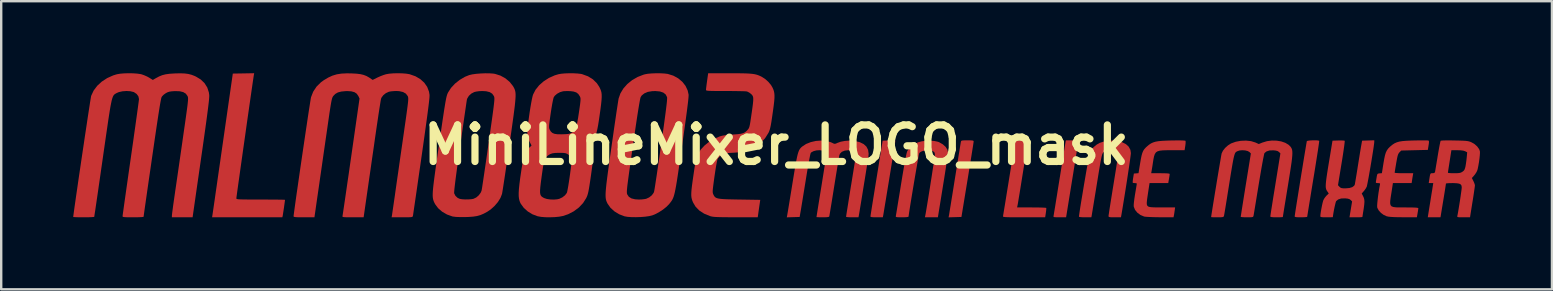
<source format=kicad_pcb>
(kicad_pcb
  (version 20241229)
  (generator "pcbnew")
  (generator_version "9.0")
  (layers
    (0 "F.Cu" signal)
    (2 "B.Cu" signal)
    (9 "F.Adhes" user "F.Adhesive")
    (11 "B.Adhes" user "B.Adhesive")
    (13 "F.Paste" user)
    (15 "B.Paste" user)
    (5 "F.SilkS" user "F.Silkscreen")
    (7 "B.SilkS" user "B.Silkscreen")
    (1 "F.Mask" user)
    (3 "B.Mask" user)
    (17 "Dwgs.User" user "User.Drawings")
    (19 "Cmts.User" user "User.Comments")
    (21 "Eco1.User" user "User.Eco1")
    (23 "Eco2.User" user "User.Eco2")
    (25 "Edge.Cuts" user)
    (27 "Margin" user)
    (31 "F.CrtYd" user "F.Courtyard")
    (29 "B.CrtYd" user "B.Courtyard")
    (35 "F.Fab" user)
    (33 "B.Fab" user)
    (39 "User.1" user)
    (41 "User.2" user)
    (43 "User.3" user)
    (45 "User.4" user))
  (footprint "MiniLineMixer_LOGO_mask"
    (layer "F.Cu")
    (at 29.291 2.988)
    (property "Reference" "MiniLineMixer_LOGO_mask" (at 0 0 0) (layer "F.SilkS") (effects (font (size 1.524 1.524) (thickness 0.3))))
    (attr board_only exclude_from_pos_files exclude_from_bom)
    (fp_poly (pts (xy 4.896 -0.187) (xy 4.949 -0.183) (xy 4.959 -0.179) (xy 4.955 -0.149) (xy 4.943 -0.071) (xy 4.924 0.05) (xy 4.898 0.206) (xy 4.868 0.394) (xy 4.834 0.606) (xy 4.796 0.837) (xy 4.757 1.081) (xy 4.716 1.332) (xy 4.675 1.584) (xy 4.634 1.831) (xy 4.595 2.067) (xy 4.559 2.288) (xy 4.526 2.485) (xy 4.498 2.655) (xy 4.476 2.79) (xy 4.46 2.885) (xy 4.451 2.935) (xy 4.45 2.939) (xy 4.434 3.014) (xy 4.176 3.014) (xy 4.046 3.012) (xy 3.965 3.005) (xy 3.925 2.991) (xy 3.919 2.98) (xy 3.924 2.947) (xy 3.936 2.865) (xy 3.956 2.739) (xy 3.982 2.574) (xy 4.014 2.374) (xy 4.051 2.144) (xy 4.092 1.89) (xy 4.136 1.616) (xy 4.174 1.384) (xy 4.427 -0.178) (xy 4.693 -0.186) (xy 4.807 -0.188)) (stroke (width 0) (type solid)) (fill yes) (layer "F.Cu"))
    (fp_poly (pts (xy 12.449 -0.189) (xy 12.531 -0.182) (xy 12.571 -0.169) (xy 12.577 -0.158) (xy 12.573 -0.125) (xy 12.561 -0.043) (xy 12.542 0.083) (xy 12.516 0.249) (xy 12.484 0.449) (xy 12.448 0.678) (xy 12.407 0.933) (xy 12.363 1.207) (xy 12.324 1.445) (xy 12.07 3.014) (xy 11.802 3.014) (xy 11.68 3.013) (xy 11.602 3.01) (xy 11.561 3.003) (xy 11.545 2.988) (xy 11.546 2.963) (xy 11.548 2.952) (xy 11.555 2.914) (xy 11.569 2.827) (xy 11.591 2.696) (xy 11.619 2.527) (xy 11.651 2.325) (xy 11.689 2.094) (xy 11.729 1.84) (xy 11.773 1.569) (xy 11.796 1.425) (xy 11.841 1.146) (xy 11.883 0.882) (xy 11.922 0.637) (xy 11.958 0.418) (xy 11.988 0.229) (xy 12.013 0.076) (xy 12.032 -0.036) (xy 12.043 -0.102) (xy 12.045 -0.116) (xy 12.06 -0.192) (xy 12.319 -0.192)) (stroke (width 0) (type solid)) (fill yes) (layer "F.Cu"))
    (fp_poly (pts (xy 8.082 -0.191) (xy 8.159 -0.186) (xy 8.2 -0.177) (xy 8.217 -0.16) (xy 8.219 -0.144) (xy 8.214 -0.109) (xy 8.202 -0.024) (xy 8.182 0.104) (xy 8.155 0.272) (xy 8.123 0.473) (xy 8.086 0.704) (xy 8.044 0.959) (xy 8 1.233) (xy 7.964 1.452) (xy 7.71 3) (xy 7.442 3.008) (xy 7.174 3.016) (xy 7.189 2.94) (xy 7.197 2.899) (xy 7.211 2.809) (xy 7.233 2.675) (xy 7.261 2.504) (xy 7.294 2.299) (xy 7.332 2.066) (xy 7.373 1.811) (xy 7.416 1.539) (xy 7.439 1.397) (xy 7.484 1.119) (xy 7.526 0.856) (xy 7.565 0.613) (xy 7.6 0.395) (xy 7.631 0.208) (xy 7.655 0.057) (xy 7.674 -0.053) (xy 7.684 -0.117) (xy 7.687 -0.13) (xy 7.696 -0.159) (xy 7.717 -0.177) (xy 7.759 -0.187) (xy 7.834 -0.191) (xy 7.952 -0.192) (xy 7.96 -0.192)) (stroke (width 0) (type solid)) (fill yes) (layer "F.Cu"))
    (fp_poly (pts (xy 22.495 -0.192) (xy 22.572 -0.185) (xy 22.612 -0.174) (xy 22.614 -0.171) (xy 22.612 -0.141) (xy 22.602 -0.062) (xy 22.584 0.062) (xy 22.56 0.225) (xy 22.529 0.423) (xy 22.493 0.65) (xy 22.453 0.903) (xy 22.409 1.176) (xy 22.37 1.411) (xy 22.323 1.697) (xy 22.279 1.966) (xy 22.239 2.215) (xy 22.202 2.438) (xy 22.171 2.63) (xy 22.146 2.786) (xy 22.127 2.902) (xy 22.116 2.973) (xy 22.113 2.993) (xy 22.087 3.002) (xy 22.018 3.009) (xy 21.919 3.013) (xy 21.852 3.014) (xy 21.724 3.012) (xy 21.644 3.006) (xy 21.602 2.994) (xy 21.591 2.977) (xy 21.596 2.943) (xy 21.608 2.861) (xy 21.627 2.736) (xy 21.652 2.575) (xy 21.682 2.385) (xy 21.717 2.169) (xy 21.754 1.936) (xy 21.794 1.689) (xy 21.834 1.437) (xy 21.875 1.183) (xy 21.916 0.935) (xy 21.954 0.699) (xy 21.99 0.479) (xy 22.023 0.282) (xy 22.051 0.115) (xy 22.073 -0.018) (xy 22.089 -0.11) (xy 22.097 -0.154) (xy 22.098 -0.158) (xy 22.129 -0.172) (xy 22.199 -0.183) (xy 22.293 -0.19) (xy 22.397 -0.193)) (stroke (width 0) (type solid)) (fill yes) (layer "F.Cu"))
    (fp_poly (pts (xy -21.769 -2.898) (xy -21.777 -2.848) (xy -21.791 -2.751) (xy -21.812 -2.609) (xy -21.838 -2.429) (xy -21.869 -2.215) (xy -21.904 -1.971) (xy -21.943 -1.702) (xy -21.984 -1.413) (xy -22.028 -1.108) (xy -22.073 -0.792) (xy -22.118 -0.469) (xy -22.164 -0.145) (xy -22.21 0.176) (xy -22.254 0.491) (xy -22.297 0.793) (xy -22.337 1.078) (xy -22.374 1.343) (xy -22.408 1.581) (xy -22.437 1.789) (xy -22.461 1.962) (xy -22.479 2.095) (xy -22.491 2.184) (xy -22.495 2.224) (xy -22.496 2.225) (xy -22.493 2.238) (xy -22.481 2.248) (xy -22.456 2.256) (xy -22.411 2.263) (xy -22.342 2.267) (xy -22.243 2.27) (xy -22.11 2.272) (xy -21.937 2.274) (xy -21.719 2.274) (xy -21.482 2.274) (xy -21.252 2.275) (xy -21.041 2.276) (xy -20.854 2.277) (xy -20.697 2.279) (xy -20.576 2.281) (xy -20.498 2.284) (xy -20.468 2.287) (xy -20.468 2.287) (xy -20.472 2.323) (xy -20.482 2.399) (xy -20.497 2.503) (xy -20.513 2.62) (xy -20.531 2.737) (xy -20.547 2.841) (xy -20.559 2.919) (xy -20.565 2.952) (xy -20.579 3.014) (xy -23.506 3.014) (xy -23.492 2.925) (xy -23.486 2.886) (xy -23.473 2.797) (xy -23.453 2.661) (xy -23.427 2.481) (xy -23.395 2.262) (xy -23.359 2.007) (xy -23.317 1.719) (xy -23.272 1.403) (xy -23.223 1.062) (xy -23.17 0.699) (xy -23.116 0.319) (xy -23.06 -0.069) (xy -22.643 -2.973) (xy -22.198 -2.98) (xy -21.753 -2.988)) (stroke (width 0) (type solid)) (fill yes) (layer "F.Cu"))
    (fp_poly (pts (xy 10.338 -0.191) (xy 10.41 -0.187) (xy 10.449 -0.178) (xy 10.464 -0.159) (xy 10.467 -0.129) (xy 10.467 -0.127) (xy 10.463 -0.089) (xy 10.451 -0.005) (xy 10.432 0.121) (xy 10.407 0.282) (xy 10.378 0.47) (xy 10.345 0.68) (xy 10.31 0.905) (xy 10.273 1.138) (xy 10.235 1.374) (xy 10.198 1.605) (xy 10.163 1.824) (xy 10.13 2.027) (xy 10.1 2.205) (xy 10.076 2.352) (xy 10.057 2.463) (xy 10.044 2.529) (xy 10.042 2.541) (xy 10.027 2.603) (xy 10.629 2.603) (xy 10.805 2.604) (xy 10.962 2.606) (xy 11.091 2.61) (xy 11.185 2.615) (xy 11.236 2.621) (xy 11.243 2.624) (xy 11.245 2.659) (xy 11.239 2.733) (xy 11.226 2.829) (xy 11.226 2.829) (xy 11.198 3.014) (xy 10.314 3.014) (xy 10.071 3.014) (xy 9.877 3.013) (xy 9.726 3.012) (xy 9.615 3.009) (xy 9.536 3.005) (xy 9.484 2.999) (xy 9.455 2.992) (xy 9.443 2.982) (xy 9.441 2.969) (xy 9.442 2.966) (xy 9.448 2.931) (xy 9.462 2.846) (xy 9.483 2.718) (xy 9.511 2.55) (xy 9.544 2.349) (xy 9.581 2.118) (xy 9.622 1.864) (xy 9.667 1.59) (xy 9.699 1.389) (xy 9.745 1.106) (xy 9.788 0.839) (xy 9.829 0.593) (xy 9.866 0.373) (xy 9.898 0.184) (xy 9.924 0.03) (xy 9.944 -0.082) (xy 9.957 -0.149) (xy 9.961 -0.166) (xy 9.994 -0.178) (xy 10.068 -0.186) (xy 10.17 -0.191) (xy 10.222 -0.192)) (stroke (width 0) (type solid)) (fill yes) (layer "F.Cu"))
    (fp_poly (pts (xy 6.586 -0.164) (xy 6.733 -0.132) (xy 6.782 -0.113) (xy 6.935 -0.025) (xy 7.053 0.082) (xy 7.127 0.202) (xy 7.152 0.321) (xy 7.148 0.362) (xy 7.136 0.453) (xy 7.116 0.586) (xy 7.091 0.756) (xy 7.06 0.958) (xy 7.024 1.186) (xy 6.985 1.435) (xy 6.942 1.698) (xy 6.941 1.706) (xy 6.729 3.014) (xy 6.188 3.014) (xy 6.204 2.939) (xy 6.218 2.867) (xy 6.238 2.753) (xy 6.263 2.602) (xy 6.293 2.421) (xy 6.326 2.218) (xy 6.361 1.998) (xy 6.398 1.769) (xy 6.434 1.537) (xy 6.47 1.31) (xy 6.503 1.093) (xy 6.534 0.894) (xy 6.56 0.72) (xy 6.581 0.577) (xy 6.596 0.472) (xy 6.603 0.411) (xy 6.603 0.401) (xy 6.594 0.327) (xy 6.558 0.282) (xy 6.523 0.261) (xy 6.421 0.229) (xy 6.3 0.22) (xy 6.177 0.232) (xy 6.065 0.263) (xy 5.982 0.31) (xy 5.951 0.347) (xy 5.942 0.381) (xy 5.926 0.462) (xy 5.904 0.584) (xy 5.876 0.741) (xy 5.844 0.926) (xy 5.808 1.133) (xy 5.77 1.355) (xy 5.731 1.586) (xy 5.692 1.819) (xy 5.654 2.048) (xy 5.618 2.266) (xy 5.585 2.467) (xy 5.557 2.644) (xy 5.534 2.792) (xy 5.518 2.902) (xy 5.509 2.97) (xy 5.507 2.986) (xy 5.481 2.999) (xy 5.406 3.009) (xy 5.288 3.014) (xy 5.236 3.014) (xy 5.112 3.013) (xy 5.033 3.009) (xy 4.991 3.001) (xy 4.975 2.986) (xy 4.976 2.966) (xy 4.982 2.93) (xy 4.997 2.845) (xy 5.018 2.718) (xy 5.045 2.553) (xy 5.077 2.356) (xy 5.114 2.132) (xy 5.154 1.888) (xy 5.193 1.645) (xy 5.248 1.307) (xy 5.297 1.02) (xy 5.338 0.783) (xy 5.374 0.592) (xy 5.404 0.444) (xy 5.428 0.338) (xy 5.449 0.271) (xy 5.456 0.253) (xy 5.541 0.132) (xy 5.67 0.019) (xy 5.831 -0.077) (xy 5.914 -0.113) (xy 6.059 -0.152) (xy 6.232 -0.174) (xy 6.413 -0.178)) (stroke (width 0) (type solid)) (fill yes) (layer "F.Cu"))
    (fp_poly (pts (xy 14.17 -0.172) (xy 14.193 -0.169) (xy 14.399 -0.115) (xy 14.561 -0.034) (xy 14.678 0.073) (xy 14.748 0.203) (xy 14.769 0.341) (xy 14.764 0.391) (xy 14.752 0.488) (xy 14.733 0.627) (xy 14.708 0.801) (xy 14.678 1.003) (xy 14.644 1.227) (xy 14.608 1.467) (xy 14.569 1.716) (xy 14.529 1.968) (xy 14.489 2.216) (xy 14.45 2.454) (xy 14.414 2.675) (xy 14.38 2.874) (xy 14.371 2.925) (xy 14.355 3.014) (xy 14.096 3.014) (xy 13.975 3.013) (xy 13.899 3.009) (xy 13.857 2.999) (xy 13.84 2.982) (xy 13.837 2.964) (xy 13.841 2.927) (xy 13.854 2.842) (xy 13.873 2.714) (xy 13.899 2.549) (xy 13.93 2.352) (xy 13.966 2.129) (xy 14.005 1.884) (xy 14.044 1.646) (xy 14.092 1.349) (xy 14.132 1.102) (xy 14.164 0.9) (xy 14.188 0.737) (xy 14.206 0.61) (xy 14.218 0.512) (xy 14.225 0.44) (xy 14.226 0.389) (xy 14.223 0.353) (xy 14.217 0.329) (xy 14.208 0.313) (xy 14.144 0.26) (xy 14.044 0.228) (xy 13.926 0.217) (xy 13.805 0.228) (xy 13.698 0.261) (xy 13.624 0.31) (xy 13.607 0.329) (xy 13.592 0.354) (xy 13.576 0.389) (xy 13.561 0.44) (xy 13.543 0.511) (xy 13.524 0.606) (xy 13.5 0.732) (xy 13.472 0.893) (xy 13.438 1.093) (xy 13.398 1.338) (xy 13.354 1.608) (xy 13.313 1.864) (xy 13.273 2.106) (xy 13.237 2.327) (xy 13.205 2.523) (xy 13.178 2.687) (xy 13.157 2.813) (xy 13.144 2.895) (xy 13.139 2.925) (xy 13.122 3.014) (xy 12.863 3.014) (xy 12.752 3.012) (xy 12.664 3.005) (xy 12.613 2.996) (xy 12.604 2.99) (xy 12.609 2.945) (xy 12.622 2.852) (xy 12.642 2.719) (xy 12.668 2.552) (xy 12.699 2.358) (xy 12.735 2.144) (xy 12.773 1.915) (xy 12.812 1.679) (xy 12.853 1.442) (xy 12.892 1.211) (xy 12.93 0.993) (xy 12.965 0.793) (xy 12.997 0.619) (xy 13.023 0.478) (xy 13.043 0.375) (xy 13.055 0.318) (xy 13.058 0.31) (xy 13.118 0.203) (xy 13.216 0.092) (xy 13.335 -0.008) (xy 13.461 -0.082) (xy 13.467 -0.085) (xy 13.623 -0.136) (xy 13.807 -0.169) (xy 13.998 -0.182)) (stroke (width 0) (type solid)) (fill yes) (layer "F.Cu"))
    (fp_poly (pts (xy 16.901 -0.187) (xy 16.991 -0.182) (xy 17.038 -0.176) (xy 17.042 -0.174) (xy 17.049 -0.137) (xy 17.047 -0.062) (xy 17.035 0.034) (xy 17.035 0.034) (xy 17.006 0.219) (xy 16.484 0.219) (xy 16.267 0.22) (xy 16.098 0.225) (xy 15.971 0.239) (xy 15.877 0.267) (xy 15.811 0.312) (xy 15.766 0.38) (xy 15.734 0.474) (xy 15.708 0.6) (xy 15.686 0.74) (xy 15.667 0.868) (xy 15.648 0.982) (xy 15.634 1.069) (xy 15.628 1.103) (xy 15.614 1.178) (xy 16 1.178) (xy 16.167 1.18) (xy 16.284 1.185) (xy 16.355 1.193) (xy 16.384 1.206) (xy 16.385 1.21) (xy 16.381 1.252) (xy 16.369 1.331) (xy 16.355 1.416) (xy 16.325 1.589) (xy 15.546 1.589) (xy 15.486 1.98) (xy 15.459 2.161) (xy 15.44 2.297) (xy 15.431 2.394) (xy 15.431 2.461) (xy 15.44 2.506) (xy 15.458 2.536) (xy 15.485 2.559) (xy 15.487 2.56) (xy 15.518 2.576) (xy 15.566 2.587) (xy 15.638 2.595) (xy 15.741 2.6) (xy 15.885 2.602) (xy 16.075 2.603) (xy 16.079 2.603) (xy 16.611 2.603) (xy 16.593 2.733) (xy 16.579 2.829) (xy 16.565 2.916) (xy 16.56 2.939) (xy 16.545 3.014) (xy 15.979 3.012) (xy 15.802 3.01) (xy 15.639 3.005) (xy 15.498 2.999) (xy 15.391 2.992) (xy 15.327 2.984) (xy 15.321 2.983) (xy 15.166 2.917) (xy 15.037 2.821) (xy 14.942 2.705) (xy 14.891 2.576) (xy 14.887 2.554) (xy 14.887 2.491) (xy 14.896 2.387) (xy 14.912 2.254) (xy 14.934 2.105) (xy 14.945 2.041) (xy 14.969 1.897) (xy 14.99 1.772) (xy 15.006 1.677) (xy 15.014 1.62) (xy 15.015 1.61) (xy 14.992 1.595) (xy 14.938 1.589) (xy 14.877 1.585) (xy 14.846 1.575) (xy 14.844 1.544) (xy 14.849 1.473) (xy 14.862 1.379) (xy 14.863 1.377) (xy 14.893 1.192) (xy 14.99 1.184) (xy 15.087 1.176) (xy 15.15 0.787) (xy 15.183 0.594) (xy 15.213 0.447) (xy 15.245 0.334) (xy 15.282 0.247) (xy 15.328 0.176) (xy 15.387 0.111) (xy 15.431 0.07) (xy 15.518 -0.004) (xy 15.602 -0.061) (xy 15.693 -0.104) (xy 15.798 -0.136) (xy 15.926 -0.158) (xy 16.086 -0.172) (xy 16.287 -0.181) (xy 16.449 -0.186) (xy 16.621 -0.188) (xy 16.774 -0.189)) (stroke (width 0) (type solid)) (fill yes) (layer "F.Cu"))
    (fp_poly (pts (xy 27.021 -0.19) (xy 27.112 -0.188) (xy 27.159 -0.185) (xy 27.163 -0.184) (xy 27.181 -0.167) (xy 27.187 -0.127) (xy 27.18 -0.053) (xy 27.169 0.018) (xy 27.139 0.206) (xy 26.031 0.233) (xy 25.958 0.306) (xy 25.928 0.342) (xy 25.903 0.388) (xy 25.881 0.454) (xy 25.859 0.55) (xy 25.834 0.686) (xy 25.821 0.758) (xy 25.798 0.896) (xy 25.778 1.015) (xy 25.764 1.104) (xy 25.757 1.152) (xy 25.757 1.158) (xy 25.782 1.165) (xy 25.853 1.171) (xy 25.959 1.176) (xy 26.09 1.178) (xy 26.143 1.178) (xy 26.53 1.178) (xy 26.515 1.267) (xy 26.5 1.354) (xy 26.484 1.455) (xy 26.482 1.473) (xy 26.464 1.589) (xy 25.684 1.589) (xy 25.624 1.98) (xy 25.593 2.172) (xy 25.573 2.321) (xy 25.569 2.43) (xy 25.586 2.507) (xy 25.629 2.558) (xy 25.705 2.586) (xy 25.818 2.6) (xy 25.974 2.603) (xy 26.178 2.603) (xy 26.214 2.603) (xy 26.412 2.604) (xy 26.56 2.607) (xy 26.661 2.613) (xy 26.72 2.622) (xy 26.742 2.633) (xy 26.743 2.635) (xy 26.738 2.677) (xy 26.727 2.756) (xy 26.712 2.841) (xy 26.682 3.014) (xy 26.116 3.012) (xy 25.894 3.01) (xy 25.72 3.005) (xy 25.588 2.997) (xy 25.49 2.986) (xy 25.421 2.97) (xy 25.42 2.97) (xy 25.298 2.914) (xy 25.184 2.829) (xy 25.093 2.728) (xy 25.037 2.625) (xy 25.029 2.595) (xy 25.027 2.535) (xy 25.033 2.433) (xy 25.046 2.302) (xy 25.063 2.152) (xy 25.084 1.996) (xy 25.108 1.846) (xy 25.131 1.715) (xy 25.145 1.651) (xy 25.148 1.61) (xy 25.123 1.593) (xy 25.061 1.589) (xy 24.997 1.586) (xy 24.973 1.567) (xy 24.976 1.52) (xy 24.977 1.514) (xy 24.991 1.439) (xy 25.007 1.343) (xy 25.011 1.315) (xy 25.027 1.239) (xy 25.05 1.202) (xy 25.095 1.187) (xy 25.128 1.184) (xy 25.225 1.176) (xy 25.289 0.773) (xy 25.322 0.58) (xy 25.354 0.431) (xy 25.389 0.317) (xy 25.432 0.228) (xy 25.486 0.152) (xy 25.555 0.081) (xy 25.58 0.059) (xy 25.667 -0.012) (xy 25.752 -0.068) (xy 25.845 -0.109) (xy 25.953 -0.14) (xy 26.086 -0.161) (xy 26.252 -0.174) (xy 26.46 -0.183) (xy 26.571 -0.186) (xy 26.741 -0.189) (xy 26.894 -0.19)) (stroke (width 0) (type solid)) (fill yes) (layer "F.Cu"))
    (fp_poly (pts (xy 24.907 -0.122) (xy 24.902 -0.068) (xy 24.889 0.031) (xy 24.87 0.166) (xy 24.844 0.33) (xy 24.815 0.513) (xy 24.783 0.709) (xy 24.749 0.909) (xy 24.715 1.105) (xy 24.683 1.289) (xy 24.653 1.452) (xy 24.627 1.587) (xy 24.607 1.685) (xy 24.594 1.738) (xy 24.592 1.742) (xy 24.552 1.816) (xy 24.493 1.899) (xy 24.471 1.925) (xy 24.385 2.023) (xy 24.443 2.136) (xy 24.474 2.206) (xy 24.492 2.279) (xy 24.498 2.366) (xy 24.49 2.479) (xy 24.471 2.629) (xy 24.457 2.719) (xy 24.438 2.834) (xy 24.424 2.927) (xy 24.415 2.986) (xy 24.414 3) (xy 24.388 3.006) (xy 24.32 3.011) (xy 24.22 3.013) (xy 24.144 3.014) (xy 23.875 3.014) (xy 23.929 2.684) (xy 23.984 2.353) (xy 23.925 2.294) (xy 23.872 2.257) (xy 23.794 2.235) (xy 23.692 2.225) (xy 23.529 2.23) (xy 23.404 2.271) (xy 23.319 2.341) (xy 23.304 2.379) (xy 23.283 2.459) (xy 23.258 2.566) (xy 23.233 2.687) (xy 23.21 2.81) (xy 23.192 2.922) (xy 23.181 3.007) (xy 23.156 3.01) (xy 23.087 3.012) (xy 22.987 3.014) (xy 22.92 3.014) (xy 22.798 3.013) (xy 22.72 3.008) (xy 22.678 2.998) (xy 22.662 2.981) (xy 22.66 2.969) (xy 22.666 2.895) (xy 22.681 2.786) (xy 22.704 2.657) (xy 22.729 2.527) (xy 22.755 2.41) (xy 22.779 2.323) (xy 22.788 2.297) (xy 22.836 2.212) (xy 22.903 2.127) (xy 22.921 2.109) (xy 23.011 2.022) (xy 22.945 1.925) (xy 22.92 1.885) (xy 22.902 1.841) (xy 22.89 1.788) (xy 22.885 1.72) (xy 22.888 1.633) (xy 22.898 1.519) (xy 22.916 1.374) (xy 22.943 1.192) (xy 22.978 0.968) (xy 23.023 0.696) (xy 23.025 0.685) (xy 23.167 -0.178) (xy 23.411 -0.186) (xy 23.522 -0.187) (xy 23.612 -0.184) (xy 23.666 -0.177) (xy 23.675 -0.172) (xy 23.676 -0.141) (xy 23.668 -0.062) (xy 23.653 0.058) (xy 23.631 0.213) (xy 23.604 0.396) (xy 23.572 0.601) (xy 23.545 0.763) (xy 23.396 1.677) (xy 23.457 1.743) (xy 23.497 1.778) (xy 23.545 1.798) (xy 23.617 1.807) (xy 23.713 1.808) (xy 23.868 1.795) (xy 23.989 1.759) (xy 24.068 1.701) (xy 24.095 1.653) (xy 24.103 1.613) (xy 24.118 1.527) (xy 24.139 1.402) (xy 24.165 1.247) (xy 24.194 1.069) (xy 24.22 0.904) (xy 24.252 0.703) (xy 24.284 0.508) (xy 24.312 0.331) (xy 24.337 0.181) (xy 24.356 0.067) (xy 24.366 0.014) (xy 24.4 -0.178) (xy 24.654 -0.186) (xy 24.907 -0.194)) (stroke (width 0) (type solid)) (fill yes) (layer "F.Cu"))
    (fp_poly (pts (xy 28.216 -0.187) (xy 28.254 -0.186) (xy 28.446 -0.182) (xy 28.593 -0.177) (xy 28.703 -0.171) (xy 28.785 -0.162) (xy 28.848 -0.149) (xy 28.902 -0.133) (xy 28.955 -0.111) (xy 29.088 -0.034) (xy 29.199 0.067) (xy 29.277 0.178) (xy 29.307 0.261) (xy 29.31 0.332) (xy 29.303 0.441) (xy 29.288 0.576) (xy 29.268 0.723) (xy 29.243 0.866) (xy 29.217 0.993) (xy 29.202 1.05) (xy 29.165 1.133) (xy 29.105 1.225) (xy 29.072 1.266) (xy 28.973 1.378) (xy 29.036 1.502) (xy 29.073 1.586) (xy 29.096 1.658) (xy 29.1 1.683) (xy 29.096 1.725) (xy 29.084 1.814) (xy 29.066 1.939) (xy 29.043 2.094) (xy 29.016 2.269) (xy 28.998 2.377) (xy 28.896 3.014) (xy 28.625 3.014) (xy 28.501 3.014) (xy 28.423 3.011) (xy 28.381 3.003) (xy 28.365 2.988) (xy 28.366 2.964) (xy 28.369 2.95) (xy 28.383 2.884) (xy 28.402 2.778) (xy 28.425 2.642) (xy 28.45 2.487) (xy 28.476 2.325) (xy 28.5 2.165) (xy 28.521 2.018) (xy 28.538 1.895) (xy 28.548 1.807) (xy 28.551 1.768) (xy 28.542 1.696) (xy 28.51 1.646) (xy 28.448 1.613) (xy 28.347 1.596) (xy 28.202 1.589) (xy 28.161 1.589) (xy 28.048 1.591) (xy 27.958 1.596) (xy 27.904 1.604) (xy 27.893 1.61) (xy 27.889 1.641) (xy 27.877 1.72) (xy 27.859 1.837) (xy 27.835 1.986) (xy 27.807 2.16) (xy 27.78 2.322) (xy 27.666 3.014) (xy 27.136 3.014) (xy 27.214 2.528) (xy 27.243 2.351) (xy 27.271 2.174) (xy 27.297 2.012) (xy 27.319 1.88) (xy 27.329 1.815) (xy 27.365 1.589) (xy 27.176 1.589) (xy 27.194 1.473) (xy 27.214 1.343) (xy 27.229 1.259) (xy 27.244 1.209) (xy 27.263 1.186) (xy 27.291 1.178) (xy 27.332 1.178) (xy 27.334 1.178) (xy 27.402 1.17) (xy 27.414 1.158) (xy 27.975 1.158) (xy 28.001 1.167) (xy 28.069 1.174) (xy 28.168 1.178) (xy 28.232 1.178) (xy 28.359 1.176) (xy 28.447 1.169) (xy 28.509 1.154) (xy 28.562 1.128) (xy 28.581 1.116) (xy 28.638 1.07) (xy 28.673 1.014) (xy 28.699 0.93) (xy 28.708 0.89) (xy 28.727 0.775) (xy 28.746 0.638) (xy 28.759 0.516) (xy 28.778 0.307) (xy 28.693 0.263) (xy 28.613 0.237) (xy 28.493 0.223) (xy 28.364 0.219) (xy 28.12 0.219) (xy 28.048 0.678) (xy 28.024 0.831) (xy 28.003 0.964) (xy 27.987 1.07) (xy 27.978 1.137) (xy 27.975 1.158) (xy 27.414 1.158) (xy 27.433 1.139) (xy 27.44 1.117) (xy 27.448 1.072) (xy 27.463 0.983) (xy 27.484 0.856) (xy 27.51 0.702) (xy 27.539 0.529) (xy 27.551 0.452) (xy 27.581 0.276) (xy 27.609 0.118) (xy 27.634 -0.013) (xy 27.655 -0.111) (xy 27.669 -0.166) (xy 27.673 -0.174) (xy 27.707 -0.181) (xy 27.786 -0.186) (xy 27.904 -0.189) (xy 28.05 -0.189)) (stroke (width 0) (type solid)) (fill yes) (layer "F.Cu"))
    (fp_poly (pts (xy 2.079 -0.166) (xy 2.268 -0.114) (xy 2.327 -0.086) (xy 2.396 -0.053) (xy 2.443 -0.046) (xy 2.497 -0.063) (xy 2.538 -0.083) (xy 2.68 -0.134) (xy 2.853 -0.167) (xy 3.04 -0.182) (xy 3.218 -0.174) (xy 3.265 -0.167) (xy 3.475 -0.115) (xy 3.637 -0.036) (xy 3.752 0.07) (xy 3.821 0.205) (xy 3.844 0.369) (xy 3.833 0.502) (xy 3.803 0.688) (xy 3.769 0.898) (xy 3.733 1.125) (xy 3.695 1.362) (xy 3.655 1.605) (xy 3.616 1.845) (xy 3.579 2.077) (xy 3.543 2.294) (xy 3.511 2.49) (xy 3.483 2.659) (xy 3.461 2.794) (xy 3.445 2.888) (xy 3.437 2.936) (xy 3.436 2.939) (xy 3.421 3.014) (xy 3.163 3.014) (xy 3.051 3.012) (xy 2.964 3.007) (xy 2.912 2.999) (xy 2.904 2.993) (xy 2.908 2.963) (xy 2.92 2.884) (xy 2.939 2.761) (xy 2.965 2.601) (xy 2.996 2.407) (xy 3.031 2.186) (xy 3.07 1.942) (xy 3.112 1.682) (xy 3.116 1.662) (xy 3.328 0.35) (xy 3.252 0.285) (xy 3.197 0.247) (xy 3.133 0.226) (xy 3.04 0.22) (xy 3.003 0.219) (xy 2.848 0.236) (xy 2.729 0.285) (xy 2.651 0.364) (xy 2.625 0.425) (xy 2.617 0.469) (xy 2.6 0.56) (xy 2.578 0.694) (xy 2.549 0.865) (xy 2.516 1.066) (xy 2.479 1.292) (xy 2.44 1.536) (xy 2.409 1.726) (xy 2.369 1.979) (xy 2.331 2.215) (xy 2.296 2.43) (xy 2.265 2.617) (xy 2.24 2.771) (xy 2.22 2.887) (xy 2.208 2.958) (xy 2.204 2.98) (xy 2.178 2.998) (xy 2.111 3.009) (xy 1.996 3.014) (xy 1.933 3.014) (xy 1.821 3.013) (xy 1.733 3.01) (xy 1.68 3.006) (xy 1.671 3.003) (xy 1.676 2.975) (xy 1.688 2.898) (xy 1.707 2.777) (xy 1.732 2.618) (xy 1.763 2.427) (xy 1.798 2.208) (xy 1.837 1.968) (xy 1.877 1.722) (xy 1.918 1.463) (xy 1.957 1.22) (xy 1.992 0.997) (xy 2.023 0.801) (xy 2.048 0.636) (xy 2.067 0.51) (xy 2.079 0.426) (xy 2.082 0.392) (xy 2.062 0.335) (xy 2.012 0.278) (xy 2.01 0.276) (xy 1.92 0.235) (xy 1.802 0.219) (xy 1.673 0.227) (xy 1.553 0.257) (xy 1.459 0.307) (xy 1.433 0.333) (xy 1.421 0.368) (xy 1.402 0.451) (xy 1.377 0.576) (xy 1.348 0.737) (xy 1.314 0.927) (xy 1.277 1.141) (xy 1.239 1.372) (xy 1.233 1.412) (xy 1.193 1.658) (xy 1.154 1.897) (xy 1.117 2.123) (xy 1.084 2.327) (xy 1.055 2.501) (xy 1.033 2.637) (xy 1.018 2.726) (xy 0.97 3) (xy 0.434 3.016) (xy 0.45 2.94) (xy 0.457 2.898) (xy 0.473 2.807) (xy 0.495 2.674) (xy 0.523 2.504) (xy 0.556 2.303) (xy 0.593 2.077) (xy 0.633 1.832) (xy 0.668 1.615) (xy 0.719 1.304) (xy 0.762 1.041) (xy 0.8 0.823) (xy 0.833 0.645) (xy 0.862 0.501) (xy 0.89 0.387) (xy 0.917 0.299) (xy 0.944 0.23) (xy 0.973 0.177) (xy 1.005 0.134) (xy 1.041 0.097) (xy 1.074 0.068) (xy 1.238 -0.04) (xy 1.434 -0.118) (xy 1.648 -0.167) (xy 1.867 -0.183)) (stroke (width 0) (type solid)) (fill yes) (layer "F.Cu"))
    (fp_poly (pts (xy 20.84 -0.179) (xy 21.032 -0.147) (xy 21.203 -0.088) (xy 21.342 -0.004) (xy 21.419 0.073) (xy 21.446 0.113) (xy 21.468 0.154) (xy 21.484 0.203) (xy 21.493 0.264) (xy 21.496 0.341) (xy 21.492 0.439) (xy 21.481 0.564) (xy 21.462 0.719) (xy 21.434 0.91) (xy 21.399 1.14) (xy 21.355 1.416) (xy 21.306 1.721) (xy 21.264 1.977) (xy 21.225 2.217) (xy 21.189 2.435) (xy 21.158 2.625) (xy 21.133 2.782) (xy 21.114 2.9) (xy 21.102 2.976) (xy 21.098 3.002) (xy 21.073 3.007) (xy 21.004 3.011) (xy 20.905 3.014) (xy 20.838 3.014) (xy 20.707 3.012) (xy 20.624 3.004) (xy 20.583 2.991) (xy 20.577 2.98) (xy 20.581 2.947) (xy 20.593 2.865) (xy 20.612 2.74) (xy 20.638 2.577) (xy 20.669 2.381) (xy 20.704 2.159) (xy 20.744 1.915) (xy 20.786 1.655) (xy 20.787 1.649) (xy 20.997 0.352) (xy 20.939 0.294) (xy 20.885 0.257) (xy 20.806 0.235) (xy 20.706 0.224) (xy 20.541 0.23) (xy 20.415 0.272) (xy 20.334 0.339) (xy 20.322 0.374) (xy 20.304 0.457) (xy 20.278 0.584) (xy 20.248 0.747) (xy 20.212 0.943) (xy 20.174 1.165) (xy 20.133 1.408) (xy 20.095 1.636) (xy 20.053 1.893) (xy 20.013 2.135) (xy 19.977 2.357) (xy 19.945 2.552) (xy 19.918 2.715) (xy 19.897 2.84) (xy 19.883 2.921) (xy 19.877 2.952) (xy 19.868 2.981) (xy 19.848 2.999) (xy 19.806 3.009) (xy 19.731 3.013) (xy 19.613 3.014) (xy 19.604 3.014) (xy 19.493 3.012) (xy 19.405 3.007) (xy 19.353 2.999) (xy 19.344 2.993) (xy 19.348 2.963) (xy 19.361 2.884) (xy 19.38 2.761) (xy 19.405 2.601) (xy 19.436 2.407) (xy 19.471 2.186) (xy 19.51 1.943) (xy 19.552 1.682) (xy 19.555 1.664) (xy 19.767 0.355) (xy 19.707 0.295) (xy 19.635 0.254) (xy 19.53 0.228) (xy 19.41 0.22) (xy 19.297 0.23) (xy 19.217 0.256) (xy 19.189 0.269) (xy 19.164 0.282) (xy 19.143 0.298) (xy 19.123 0.32) (xy 19.105 0.353) (xy 19.087 0.401) (xy 19.068 0.467) (xy 19.047 0.554) (xy 19.024 0.668) (xy 18.998 0.812) (xy 18.968 0.989) (xy 18.932 1.203) (xy 18.891 1.459) (xy 18.843 1.761) (xy 18.787 2.111) (xy 18.768 2.233) (xy 18.737 2.423) (xy 18.709 2.596) (xy 18.684 2.745) (xy 18.664 2.862) (xy 18.65 2.939) (xy 18.644 2.966) (xy 18.629 2.989) (xy 18.597 3.003) (xy 18.536 3.011) (xy 18.436 3.014) (xy 18.37 3.014) (xy 18.259 3.013) (xy 18.171 3.011) (xy 18.12 3.007) (xy 18.112 3.005) (xy 18.116 2.969) (xy 18.128 2.887) (xy 18.148 2.763) (xy 18.173 2.604) (xy 18.203 2.418) (xy 18.237 2.21) (xy 18.273 1.986) (xy 18.312 1.755) (xy 18.35 1.521) (xy 18.388 1.291) (xy 18.425 1.072) (xy 18.459 0.871) (xy 18.489 0.694) (xy 18.514 0.547) (xy 18.533 0.436) (xy 18.546 0.37) (xy 18.549 0.353) (xy 18.603 0.241) (xy 18.695 0.124) (xy 18.812 0.019) (xy 18.94 -0.062) (xy 19.132 -0.132) (xy 19.345 -0.172) (xy 19.563 -0.181) (xy 19.772 -0.159) (xy 19.953 -0.103) (xy 19.963 -0.099) (xy 20.096 -0.038) (xy 20.247 -0.099) (xy 20.437 -0.157) (xy 20.638 -0.183)) (stroke (width 0) (type solid)) (fill yes) (layer "F.Cu"))
    (fp_poly (pts (xy -4.839 -2.985) (xy -4.674 -2.977) (xy -4.539 -2.961) (xy -4.516 -2.956) (xy -4.29 -2.885) (xy -4.089 -2.775) (xy -3.919 -2.632) (xy -3.785 -2.463) (xy -3.695 -2.272) (xy -3.656 -2.096) (xy -3.656 -2.044) (xy -3.663 -1.95) (xy -3.677 -1.813) (xy -3.699 -1.63) (xy -3.728 -1.401) (xy -3.765 -1.125) (xy -3.81 -0.798) (xy -3.863 -0.421) (xy -3.924 0.009) (xy -3.928 0.033) (xy -3.984 0.423) (xy -4.033 0.764) (xy -4.076 1.058) (xy -4.114 1.309) (xy -4.147 1.522) (xy -4.177 1.701) (xy -4.205 1.85) (xy -4.23 1.972) (xy -4.255 2.072) (xy -4.279 2.153) (xy -4.305 2.22) (xy -4.332 2.276) (xy -4.362 2.326) (xy -4.395 2.373) (xy -4.433 2.421) (xy -4.46 2.456) (xy -4.575 2.575) (xy -4.727 2.696) (xy -4.897 2.806) (xy -5.069 2.895) (xy -5.173 2.935) (xy -5.299 2.965) (xy -5.463 2.988) (xy -5.649 3.003) (xy -5.842 3.009) (xy -6.028 3.007) (xy -6.191 2.996) (xy -6.317 2.975) (xy -6.327 2.972) (xy -6.547 2.888) (xy -6.744 2.768) (xy -6.908 2.62) (xy -7.029 2.45) (xy -7.045 2.419) (xy -7.067 2.371) (xy -7.086 2.322) (xy -7.1 2.269) (xy -7.109 2.208) (xy -7.114 2.134) (xy -7.114 2.043) (xy -7.109 1.942) (xy -6.228 1.942) (xy -6.227 1.986) (xy -6.224 2.018) (xy -6.218 2.043) (xy -6.21 2.064) (xy -6.144 2.161) (xy -6.037 2.227) (xy -5.887 2.264) (xy -5.73 2.274) (xy -5.613 2.27) (xy -5.502 2.258) (xy -5.423 2.243) (xy -5.298 2.185) (xy -5.19 2.099) (xy -5.114 1.998) (xy -5.095 1.951) (xy -5.086 1.907) (xy -5.07 1.814) (xy -5.048 1.676) (xy -5.021 1.497) (xy -4.988 1.283) (xy -4.952 1.038) (xy -4.912 0.768) (xy -4.869 0.475) (xy -4.825 0.166) (xy -4.797 -0.027) (xy -4.741 -0.42) (xy -4.693 -0.761) (xy -4.653 -1.054) (xy -4.62 -1.301) (xy -4.594 -1.506) (xy -4.574 -1.671) (xy -4.56 -1.799) (xy -4.553 -1.893) (xy -4.55 -1.956) (xy -4.553 -1.99) (xy -4.553 -1.991) (xy -4.609 -2.101) (xy -4.708 -2.18) (xy -4.85 -2.228) (xy -5.037 -2.245) (xy -5.179 -2.24) (xy -5.355 -2.21) (xy -5.501 -2.148) (xy -5.609 -2.06) (xy -5.652 -1.995) (xy -5.667 -1.946) (xy -5.688 -1.843) (xy -5.716 -1.686) (xy -5.751 -1.475) (xy -5.793 -1.21) (xy -5.841 -0.892) (xy -5.896 -0.521) (xy -5.957 -0.097) (xy -5.976 0.029) (xy -6.029 0.4) (xy -6.074 0.72) (xy -6.113 0.995) (xy -6.145 1.226) (xy -6.171 1.419) (xy -6.192 1.578) (xy -6.208 1.705) (xy -6.218 1.806) (xy -6.225 1.884) (xy -6.228 1.942) (xy -7.109 1.942) (xy -7.108 1.932) (xy -7.097 1.797) (xy -7.08 1.633) (xy -7.056 1.436) (xy -7.026 1.203) (xy -6.989 0.93) (xy -6.945 0.613) (xy -6.893 0.247) (xy -6.866 0.055) (xy -6.82 -0.261) (xy -6.777 -0.564) (xy -6.736 -0.849) (xy -6.697 -1.111) (xy -6.663 -1.346) (xy -6.632 -1.548) (xy -6.607 -1.713) (xy -6.588 -1.836) (xy -6.575 -1.912) (xy -6.572 -1.932) (xy -6.496 -2.148) (xy -6.373 -2.352) (xy -6.208 -2.538) (xy -6.008 -2.7) (xy -5.779 -2.832) (xy -5.527 -2.929) (xy -5.467 -2.945) (xy -5.349 -2.966) (xy -5.194 -2.979) (xy -5.018 -2.986)) (stroke (width 0) (type solid)) (fill yes) (layer "F.Cu"))
    (fp_poly (pts (xy -11.947 -2.983) (xy -11.791 -2.972) (xy -11.719 -2.96) (xy -11.495 -2.889) (xy -11.288 -2.775) (xy -11.11 -2.626) (xy -10.97 -2.45) (xy -10.931 -2.381) (xy -10.909 -2.336) (xy -10.892 -2.291) (xy -10.878 -2.241) (xy -10.868 -2.183) (xy -10.863 -2.113) (xy -10.863 -2.026) (xy -10.869 -1.92) (xy -10.88 -1.789) (xy -10.896 -1.631) (xy -10.92 -1.44) (xy -10.949 -1.214) (xy -10.986 -0.948) (xy -11.029 -0.639) (xy -11.08 -0.282) (xy -11.122 0.007) (xy -11.168 0.328) (xy -11.213 0.635) (xy -11.256 0.924) (xy -11.295 1.19) (xy -11.331 1.429) (xy -11.363 1.636) (xy -11.389 1.806) (xy -11.41 1.934) (xy -11.424 2.016) (xy -11.429 2.043) (xy -11.494 2.208) (xy -11.6 2.379) (xy -11.74 2.542) (xy -11.902 2.688) (xy -12.041 2.782) (xy -12.189 2.862) (xy -12.327 2.921) (xy -12.469 2.961) (xy -12.63 2.986) (xy -12.822 3) (xy -12.947 3.004) (xy -13.175 3.005) (xy -13.351 2.998) (xy -13.475 2.982) (xy -13.499 2.977) (xy -13.722 2.897) (xy -13.922 2.781) (xy -14.089 2.636) (xy -14.215 2.467) (xy -14.254 2.391) (xy -14.274 2.344) (xy -14.29 2.297) (xy -14.303 2.246) (xy -14.311 2.188) (xy -14.316 2.118) (xy -14.315 2.033) (xy -14.314 2.002) (xy -13.423 2.002) (xy -13.421 2.017) (xy -13.369 2.119) (xy -13.28 2.203) (xy -13.19 2.246) (xy -13.096 2.262) (xy -12.97 2.27) (xy -12.833 2.269) (xy -12.706 2.26) (xy -12.618 2.244) (xy -12.503 2.189) (xy -12.397 2.098) (xy -12.315 1.987) (xy -12.28 1.903) (xy -12.272 1.858) (xy -12.256 1.764) (xy -12.235 1.624) (xy -12.208 1.445) (xy -12.176 1.23) (xy -12.14 0.984) (xy -12.1 0.713) (xy -12.058 0.42) (xy -12.014 0.111) (xy -11.987 -0.073) (xy -11.936 -0.436) (xy -11.892 -0.749) (xy -11.854 -1.016) (xy -11.823 -1.241) (xy -11.798 -1.427) (xy -11.778 -1.579) (xy -11.764 -1.701) (xy -11.754 -1.796) (xy -11.748 -1.869) (xy -11.746 -1.923) (xy -11.748 -1.963) (xy -11.752 -1.993) (xy -11.759 -2.016) (xy -11.768 -2.036) (xy -11.771 -2.042) (xy -11.838 -2.136) (xy -11.941 -2.2) (xy -12.084 -2.236) (xy -12.25 -2.246) (xy -12.384 -2.24) (xy -12.51 -2.222) (xy -12.585 -2.203) (xy -12.708 -2.139) (xy -12.81 -2.045) (xy -12.877 -1.934) (xy -12.893 -1.882) (xy -12.899 -1.84) (xy -12.913 -1.748) (xy -12.933 -1.611) (xy -12.959 -1.434) (xy -12.99 -1.222) (xy -13.025 -0.979) (xy -13.064 -0.709) (xy -13.106 -0.418) (xy -13.15 -0.11) (xy -13.176 0.073) (xy -13.236 0.494) (xy -13.287 0.863) (xy -13.33 1.179) (xy -13.365 1.443) (xy -13.391 1.657) (xy -13.41 1.821) (xy -13.42 1.935) (xy -13.423 2.002) (xy -14.314 2.002) (xy -14.31 1.928) (xy -14.299 1.8) (xy -14.282 1.645) (xy -14.259 1.458) (xy -14.23 1.237) (xy -14.194 0.977) (xy -14.151 0.674) (xy -14.101 0.325) (xy -14.047 -0.043) (xy -13.993 -0.42) (xy -13.945 -0.746) (xy -13.904 -1.025) (xy -13.868 -1.263) (xy -13.838 -1.462) (xy -13.811 -1.627) (xy -13.789 -1.761) (xy -13.769 -1.869) (xy -13.752 -1.955) (xy -13.736 -2.022) (xy -13.721 -2.075) (xy -13.706 -2.118) (xy -13.691 -2.154) (xy -13.676 -2.185) (xy -13.553 -2.376) (xy -13.387 -2.555) (xy -13.189 -2.712) (xy -12.972 -2.839) (xy -12.798 -2.909) (xy -12.672 -2.939) (xy -12.507 -2.962) (xy -12.321 -2.977) (xy -12.129 -2.985)) (stroke (width 0) (type solid)) (fill yes) (layer "F.Cu"))
    (fp_poly (pts (xy -1.675 -2.986) (xy -1.45 -2.984) (xy -1.267 -2.98) (xy -1.119 -2.972) (xy -0.999 -2.961) (xy -0.899 -2.946) (xy -0.814 -2.925) (xy -0.737 -2.898) (xy -0.66 -2.864) (xy -0.606 -2.837) (xy -0.469 -2.749) (xy -0.337 -2.631) (xy -0.226 -2.5) (xy -0.168 -2.404) (xy -0.13 -2.322) (xy -0.103 -2.244) (xy -0.086 -2.162) (xy -0.078 -2.069) (xy -0.079 -1.956) (xy -0.09 -1.815) (xy -0.111 -1.639) (xy -0.14 -1.42) (xy -0.152 -1.338) (xy -0.183 -1.122) (xy -0.209 -0.951) (xy -0.232 -0.819) (xy -0.254 -0.717) (xy -0.275 -0.637) (xy -0.299 -0.571) (xy -0.325 -0.511) (xy -0.327 -0.507) (xy -0.469 -0.281) (xy -0.655 -0.084) (xy -0.881 0.079) (xy -1.143 0.206) (xy -1.223 0.235) (xy -1.335 0.268) (xy -1.45 0.292) (xy -1.585 0.309) (xy -1.754 0.322) (xy -1.81 0.325) (xy -1.963 0.334) (xy -2.072 0.343) (xy -2.149 0.354) (xy -2.206 0.37) (xy -2.253 0.393) (xy -2.297 0.421) (xy -2.373 0.486) (xy -2.433 0.559) (xy -2.448 0.585) (xy -2.463 0.636) (xy -2.483 0.733) (xy -2.508 0.866) (xy -2.535 1.027) (xy -2.562 1.208) (xy -2.579 1.321) (xy -2.607 1.526) (xy -2.628 1.684) (xy -2.642 1.802) (xy -2.65 1.889) (xy -2.652 1.951) (xy -2.648 1.996) (xy -2.639 2.031) (xy -2.625 2.063) (xy -2.624 2.066) (xy -2.598 2.116) (xy -2.569 2.157) (xy -2.533 2.189) (xy -2.482 2.214) (xy -2.412 2.233) (xy -2.316 2.247) (xy -2.188 2.257) (xy -2.024 2.264) (xy -1.817 2.269) (xy -1.561 2.274) (xy -1.534 2.274) (xy -0.671 2.288) (xy -0.724 2.651) (xy -0.776 3.014) (xy -1.697 3.013) (xy -1.952 3.012) (xy -2.159 3.01) (xy -2.324 3.008) (xy -2.453 3.004) (xy -2.553 2.999) (xy -2.63 2.992) (xy -2.691 2.982) (xy -2.741 2.97) (xy -2.767 2.962) (xy -3.011 2.861) (xy -3.212 2.73) (xy -3.367 2.57) (xy -3.466 2.403) (xy -3.499 2.327) (xy -3.522 2.254) (xy -3.538 2.178) (xy -3.545 2.091) (xy -3.543 1.985) (xy -3.533 1.853) (xy -3.514 1.688) (xy -3.486 1.483) (xy -3.457 1.281) (xy -3.424 1.055) (xy -3.396 0.877) (xy -3.372 0.737) (xy -3.351 0.628) (xy -3.33 0.544) (xy -3.308 0.475) (xy -3.284 0.415) (xy -3.263 0.371) (xy -3.148 0.191) (xy -2.989 0.02) (xy -2.798 -0.133) (xy -2.584 -0.261) (xy -2.36 -0.355) (xy -2.261 -0.383) (xy -2.178 -0.398) (xy -2.058 -0.413) (xy -1.916 -0.426) (xy -1.781 -0.436) (xy -1.605 -0.449) (xy -1.473 -0.467) (xy -1.374 -0.494) (xy -1.297 -0.534) (xy -1.232 -0.59) (xy -1.197 -0.629) (xy -1.171 -0.661) (xy -1.15 -0.692) (xy -1.133 -0.73) (xy -1.117 -0.783) (xy -1.101 -0.857) (xy -1.083 -0.961) (xy -1.062 -1.102) (xy -1.035 -1.287) (xy -1.027 -1.338) (xy -0.998 -1.547) (xy -0.977 -1.709) (xy -0.965 -1.832) (xy -0.962 -1.922) (xy -0.968 -1.989) (xy -0.984 -2.038) (xy -1.009 -2.078) (xy -1.045 -2.115) (xy -1.053 -2.123) (xy -1.13 -2.182) (xy -1.21 -2.222) (xy -1.234 -2.229) (xy -1.284 -2.234) (xy -1.38 -2.238) (xy -1.516 -2.241) (xy -1.683 -2.244) (xy -1.873 -2.246) (xy -2.08 -2.247) (xy -2.127 -2.247) (xy -2.358 -2.247) (xy -2.541 -2.248) (xy -2.68 -2.25) (xy -2.782 -2.253) (xy -2.852 -2.257) (xy -2.896 -2.264) (xy -2.921 -2.273) (xy -2.93 -2.285) (xy -2.932 -2.295) (xy -2.928 -2.34) (xy -2.918 -2.426) (xy -2.903 -2.542) (xy -2.886 -2.665) (xy -2.841 -2.987) (xy -1.947 -2.987)) (stroke (width 0) (type solid)) (fill yes) (layer "F.Cu"))
    (fp_poly (pts (xy -15.592 -2.983) (xy -15.422 -2.97) (xy -15.287 -2.948) (xy -15.275 -2.945) (xy -15.035 -2.861) (xy -14.832 -2.742) (xy -14.667 -2.593) (xy -14.545 -2.418) (xy -14.47 -2.219) (xy -14.448 -2.086) (xy -14.448 -2.038) (xy -14.453 -1.955) (xy -14.465 -1.837) (xy -14.483 -1.679) (xy -14.508 -1.481) (xy -14.539 -1.241) (xy -14.578 -0.956) (xy -14.624 -0.624) (xy -14.677 -0.243) (xy -14.738 0.189) (xy -14.78 0.48) (xy -14.831 0.838) (xy -14.881 1.181) (xy -14.928 1.506) (xy -14.971 1.808) (xy -15.011 2.083) (xy -15.047 2.328) (xy -15.078 2.538) (xy -15.103 2.71) (xy -15.122 2.839) (xy -15.134 2.921) (xy -15.14 2.952) (xy -15.146 2.975) (xy -15.161 2.992) (xy -15.19 3.003) (xy -15.243 3.009) (xy -15.328 3.013) (xy -15.453 3.014) (xy -15.591 3.014) (xy -16.028 3.014) (xy -16.014 2.939) (xy -16.007 2.894) (xy -15.994 2.803) (xy -15.974 2.67) (xy -15.95 2.504) (xy -15.922 2.311) (xy -15.891 2.098) (xy -15.866 1.918) (xy -15.834 1.695) (xy -15.796 1.427) (xy -15.752 1.126) (xy -15.706 0.802) (xy -15.658 0.465) (xy -15.609 0.125) (xy -15.561 -0.207) (xy -15.521 -0.484) (xy -15.476 -0.802) (xy -15.437 -1.071) (xy -15.406 -1.294) (xy -15.381 -1.477) (xy -15.362 -1.624) (xy -15.348 -1.74) (xy -15.339 -1.829) (xy -15.335 -1.895) (xy -15.335 -1.944) (xy -15.339 -1.98) (xy -15.345 -2.007) (xy -15.354 -2.03) (xy -15.358 -2.038) (xy -15.434 -2.138) (xy -15.552 -2.205) (xy -15.714 -2.241) (xy -15.836 -2.247) (xy -15.953 -2.242) (xy -16.064 -2.231) (xy -16.141 -2.216) (xy -16.267 -2.158) (xy -16.374 -2.072) (xy -16.449 -1.971) (xy -16.468 -1.923) (xy -16.477 -1.878) (xy -16.493 -1.783) (xy -16.515 -1.645) (xy -16.543 -1.468) (xy -16.575 -1.259) (xy -16.61 -1.021) (xy -16.649 -0.761) (xy -16.689 -0.484) (xy -16.716 -0.301) (xy -16.761 0.018) (xy -16.809 0.351) (xy -16.858 0.687) (xy -16.905 1.018) (xy -16.951 1.334) (xy -16.993 1.626) (xy -17.03 1.883) (xy -17.061 2.096) (xy -17.064 2.117) (xy -17.193 3.014) (xy -17.64 3.014) (xy -17.806 3.014) (xy -17.925 3.012) (xy -18.004 3.008) (xy -18.05 3.001) (xy -18.072 2.99) (xy -18.076 2.975) (xy -18.074 2.966) (xy -18.068 2.932) (xy -18.055 2.848) (xy -18.036 2.718) (xy -18.01 2.545) (xy -17.979 2.334) (xy -17.943 2.088) (xy -17.903 1.812) (xy -17.859 1.509) (xy -17.811 1.183) (xy -17.762 0.838) (xy -17.712 0.492) (xy -17.364 -1.934) (xy -17.414 -2.039) (xy -17.479 -2.133) (xy -17.574 -2.197) (xy -17.706 -2.233) (xy -17.879 -2.244) (xy -17.943 -2.242) (xy -18.126 -2.224) (xy -18.266 -2.187) (xy -18.374 -2.125) (xy -18.458 -2.039) (xy -18.476 -2.012) (xy -18.493 -1.978) (xy -18.509 -1.932) (xy -18.525 -1.868) (xy -18.543 -1.781) (xy -18.563 -1.666) (xy -18.587 -1.516) (xy -18.616 -1.327) (xy -18.65 -1.092) (xy -18.676 -0.912) (xy -18.704 -0.717) (xy -18.738 -0.482) (xy -18.777 -0.215) (xy -18.819 0.077) (xy -18.864 0.388) (xy -18.91 0.711) (xy -18.957 1.038) (xy -19.004 1.361) (xy -19.049 1.676) (xy -19.092 1.973) (xy -19.132 2.247) (xy -19.167 2.49) (xy -19.196 2.695) (xy -19.219 2.855) (xy -19.226 2.898) (xy -19.242 3.014) (xy -19.677 3.014) (xy -19.844 3.013) (xy -19.964 3.011) (xy -20.043 3.005) (xy -20.089 2.996) (xy -20.109 2.984) (xy -20.112 2.975) (xy -20.108 2.933) (xy -20.096 2.842) (xy -20.078 2.707) (xy -20.054 2.531) (xy -20.025 2.321) (xy -19.991 2.08) (xy -19.952 1.814) (xy -19.911 1.527) (xy -19.867 1.224) (xy -19.822 0.911) (xy -19.775 0.591) (xy -19.728 0.27) (xy -19.681 -0.048) (xy -19.635 -0.358) (xy -19.591 -0.655) (xy -19.549 -0.934) (xy -19.511 -1.191) (xy -19.476 -1.42) (xy -19.445 -1.617) (xy -19.42 -1.778) (xy -19.401 -1.896) (xy -19.389 -1.968) (xy -19.385 -1.987) (xy -19.294 -2.22) (xy -19.155 -2.429) (xy -18.971 -2.611) (xy -18.855 -2.695) (xy -18.669 -2.806) (xy -18.493 -2.887) (xy -18.314 -2.941) (xy -18.118 -2.972) (xy -17.892 -2.983) (xy -17.695 -2.98) (xy -17.49 -2.969) (xy -17.326 -2.949) (xy -17.192 -2.917) (xy -17.074 -2.871) (xy -16.96 -2.806) (xy -16.936 -2.79) (xy -16.816 -2.709) (xy -16.621 -2.807) (xy -16.5 -2.861) (xy -16.371 -2.911) (xy -16.263 -2.945) (xy -16.132 -2.968) (xy -15.965 -2.982) (xy -15.779 -2.987)) (stroke (width 0) (type solid)) (fill yes) (layer "F.Cu"))
    (fp_poly (pts (xy -8.451 -2.985) (xy -8.284 -2.976) (xy -8.146 -2.96) (xy -8.09 -2.948) (xy -7.846 -2.859) (xy -7.642 -2.733) (xy -7.478 -2.572) (xy -7.377 -2.42) (xy -7.338 -2.34) (xy -7.308 -2.265) (xy -7.287 -2.187) (xy -7.277 -2.098) (xy -7.276 -1.991) (xy -7.284 -1.859) (xy -7.301 -1.694) (xy -7.327 -1.489) (xy -7.357 -1.274) (xy -7.393 -1.026) (xy -7.425 -0.826) (xy -7.456 -0.664) (xy -7.487 -0.533) (xy -7.522 -0.426) (xy -7.561 -0.334) (xy -7.608 -0.251) (xy -7.666 -0.168) (xy -7.701 -0.121) (xy -7.81 0.019) (xy -7.744 0.14) (xy -7.704 0.216) (xy -7.674 0.288) (xy -7.653 0.363) (xy -7.642 0.447) (xy -7.64 0.549) (xy -7.648 0.676) (xy -7.664 0.834) (xy -7.69 1.032) (xy -7.724 1.275) (xy -7.726 1.29) (xy -7.759 1.517) (xy -7.787 1.698) (xy -7.81 1.839) (xy -7.831 1.948) (xy -7.852 2.033) (xy -7.873 2.102) (xy -7.897 2.162) (xy -7.921 2.214) (xy -8.052 2.421) (xy -8.227 2.606) (xy -8.438 2.764) (xy -8.676 2.887) (xy -8.892 2.959) (xy -9.043 2.988) (xy -9.226 3.006) (xy -9.424 3.013) (xy -9.619 3.011) (xy -9.796 2.997) (xy -9.937 2.972) (xy -9.943 2.971) (xy -10.159 2.89) (xy -10.354 2.771) (xy -10.519 2.624) (xy -10.643 2.455) (xy -10.665 2.414) (xy -10.698 2.332) (xy -10.721 2.239) (xy -10.733 2.13) (xy -10.734 1.996) (xy -10.727 1.883) (xy -9.843 1.883) (xy -9.843 1.985) (xy -9.831 2.06) (xy -9.807 2.115) (xy -9.769 2.156) (xy -9.716 2.19) (xy -9.669 2.215) (xy -9.559 2.251) (xy -9.417 2.271) (xy -9.264 2.276) (xy -9.122 2.263) (xy -9.039 2.243) (xy -8.914 2.183) (xy -8.807 2.1) (xy -8.734 2.006) (xy -8.725 1.987) (xy -8.711 1.936) (xy -8.692 1.838) (xy -8.668 1.705) (xy -8.642 1.543) (xy -8.615 1.362) (xy -8.599 1.249) (xy -8.57 1.03) (xy -8.548 0.859) (xy -8.536 0.728) (xy -8.533 0.63) (xy -8.54 0.558) (xy -8.559 0.505) (xy -8.589 0.464) (xy -8.632 0.427) (xy -8.684 0.391) (xy -8.734 0.362) (xy -8.789 0.343) (xy -8.862 0.333) (xy -8.967 0.329) (xy -9.047 0.329) (xy -9.208 0.333) (xy -9.329 0.349) (xy -9.424 0.382) (xy -9.508 0.435) (xy -9.569 0.487) (xy -9.602 0.52) (xy -9.629 0.557) (xy -9.652 0.604) (xy -9.672 0.668) (xy -9.693 0.756) (xy -9.714 0.874) (xy -9.737 1.03) (xy -9.766 1.229) (xy -9.782 1.347) (xy -9.812 1.571) (xy -9.832 1.747) (xy -9.843 1.883) (xy -10.727 1.883) (xy -10.724 1.832) (xy -10.703 1.632) (xy -10.672 1.388) (xy -10.647 1.219) (xy -10.616 1.008) (xy -10.589 0.842) (xy -10.566 0.713) (xy -10.545 0.613) (xy -10.523 0.533) (xy -10.499 0.466) (xy -10.471 0.401) (xy -10.456 0.37) (xy -10.398 0.265) (xy -10.336 0.17) (xy -10.283 0.103) (xy -10.28 0.101) (xy -10.199 0.023) (xy -10.28 -0.133) (xy -10.333 -0.262) (xy -10.369 -0.395) (xy -10.375 -0.439) (xy -10.375 -0.517) (xy -10.367 -0.64) (xy -10.352 -0.786) (xy -9.467 -0.786) (xy -9.467 -0.73) (xy -9.461 -0.689) (xy -9.45 -0.655) (xy -9.442 -0.639) (xy -9.393 -0.557) (xy -9.33 -0.5) (xy -9.243 -0.464) (xy -9.124 -0.446) (xy -8.963 -0.443) (xy -8.917 -0.444) (xy -8.78 -0.449) (xy -8.684 -0.456) (xy -8.616 -0.469) (xy -8.562 -0.49) (xy -8.509 -0.521) (xy -8.503 -0.525) (xy -8.426 -0.59) (xy -8.364 -0.665) (xy -8.35 -0.689) (xy -8.334 -0.744) (xy -8.312 -0.843) (xy -8.286 -0.977) (xy -8.258 -1.136) (xy -8.231 -1.311) (xy -8.224 -1.356) (xy -8.196 -1.548) (xy -8.176 -1.693) (xy -8.164 -1.8) (xy -8.158 -1.876) (xy -8.158 -1.93) (xy -8.164 -1.97) (xy -8.176 -2.004) (xy -8.187 -2.026) (xy -8.251 -2.124) (xy -8.335 -2.188) (xy -8.451 -2.225) (xy -8.571 -2.24) (xy -8.69 -2.245) (xy -8.808 -2.242) (xy -8.885 -2.236) (xy -9.012 -2.199) (xy -9.133 -2.133) (xy -9.23 -2.05) (xy -9.273 -1.988) (xy -9.289 -1.937) (xy -9.311 -1.84) (xy -9.337 -1.708) (xy -9.364 -1.55) (xy -9.392 -1.374) (xy -9.4 -1.317) (xy -9.428 -1.122) (xy -9.448 -0.974) (xy -9.461 -0.865) (xy -9.467 -0.786) (xy -10.352 -0.786) (xy -10.351 -0.796) (xy -10.33 -0.977) (xy -10.304 -1.173) (xy -10.275 -1.374) (xy -10.244 -1.569) (xy -10.213 -1.75) (xy -10.183 -1.906) (xy -10.156 -2.027) (xy -10.134 -2.1) (xy -10.032 -2.299) (xy -9.883 -2.484) (xy -9.695 -2.65) (xy -9.476 -2.791) (xy -9.233 -2.899) (xy -9.084 -2.944) (xy -8.964 -2.966) (xy -8.808 -2.98) (xy -8.631 -2.986)) (stroke (width 0) (type solid)) (fill yes) (layer "F.Cu"))
    (fp_poly (pts (xy -26.802 -2.984) (xy -26.629 -2.972) (xy -26.488 -2.952) (xy -26.454 -2.945) (xy -26.338 -2.905) (xy -26.211 -2.849) (xy -26.132 -2.805) (xy -25.974 -2.708) (xy -25.85 -2.781) (xy -25.714 -2.853) (xy -25.583 -2.906) (xy -25.442 -2.942) (xy -25.276 -2.965) (xy -25.072 -2.978) (xy -25.034 -2.98) (xy -24.82 -2.984) (xy -24.646 -2.977) (xy -24.5 -2.958) (xy -24.366 -2.924) (xy -24.233 -2.873) (xy -24.178 -2.847) (xy -23.978 -2.726) (xy -23.82 -2.573) (xy -23.706 -2.392) (xy -23.64 -2.187) (xy -23.625 -2.077) (xy -23.624 -2.032) (xy -23.628 -1.964) (xy -23.635 -1.872) (xy -23.648 -1.752) (xy -23.666 -1.602) (xy -23.689 -1.417) (xy -23.718 -1.197) (xy -23.753 -0.936) (xy -23.795 -0.633) (xy -23.844 -0.285) (xy -23.9 0.111) (xy -23.965 0.559) (xy -23.965 0.56) (xy -24.318 3.014) (xy -24.749 3.014) (xy -25.181 3.014) (xy -25.18 2.939) (xy -25.176 2.895) (xy -25.165 2.804) (xy -25.147 2.671) (xy -25.125 2.504) (xy -25.097 2.309) (xy -25.066 2.092) (xy -25.033 1.861) (xy -25.031 1.85) (xy -24.995 1.605) (xy -24.953 1.317) (xy -24.907 0.998) (xy -24.858 0.659) (xy -24.808 0.311) (xy -24.758 -0.034) (xy -24.711 -0.364) (xy -24.684 -0.554) (xy -24.639 -0.864) (xy -24.602 -1.125) (xy -24.572 -1.34) (xy -24.548 -1.516) (xy -24.53 -1.656) (xy -24.518 -1.766) (xy -24.51 -1.849) (xy -24.507 -1.911) (xy -24.508 -1.956) (xy -24.513 -1.989) (xy -24.52 -2.015) (xy -24.53 -2.038) (xy -24.532 -2.042) (xy -24.601 -2.137) (xy -24.707 -2.201) (xy -24.852 -2.236) (xy -25.041 -2.243) (xy -25.07 -2.242) (xy -25.2 -2.233) (xy -25.294 -2.217) (xy -25.371 -2.19) (xy -25.436 -2.155) (xy -25.519 -2.096) (xy -25.586 -2.028) (xy -25.608 -1.995) (xy -25.616 -1.975) (xy -25.626 -1.939) (xy -25.637 -1.887) (xy -25.651 -1.815) (xy -25.668 -1.722) (xy -25.688 -1.603) (xy -25.711 -1.458) (xy -25.739 -1.283) (xy -25.77 -1.076) (xy -25.807 -0.834) (xy -25.848 -0.556) (xy -25.895 -0.238) (xy -25.947 0.121) (xy -26.006 0.525) (xy -26.071 0.976) (xy -26.144 1.476) (xy -26.223 2.026) (xy -26.255 2.247) (xy -26.284 2.452) (xy -26.31 2.632) (xy -26.331 2.783) (xy -26.347 2.897) (xy -26.356 2.969) (xy -26.359 2.992) (xy -26.385 2.999) (xy -26.456 3.006) (xy -26.564 3.011) (xy -26.7 3.013) (xy -26.797 3.014) (xy -26.964 3.013) (xy -27.083 3.011) (xy -27.162 3.006) (xy -27.209 2.998) (xy -27.231 2.986) (xy -27.236 2.972) (xy -27.232 2.939) (xy -27.221 2.856) (xy -27.203 2.727) (xy -27.179 2.555) (xy -27.15 2.345) (xy -27.115 2.1) (xy -27.076 1.825) (xy -27.033 1.524) (xy -26.987 1.199) (xy -26.938 0.857) (xy -26.893 0.546) (xy -26.842 0.189) (xy -26.793 -0.153) (xy -26.748 -0.476) (xy -26.705 -0.777) (xy -26.667 -1.051) (xy -26.633 -1.295) (xy -26.604 -1.504) (xy -26.581 -1.675) (xy -26.564 -1.802) (xy -26.554 -1.883) (xy -26.551 -1.912) (xy -26.577 -2.026) (xy -26.649 -2.124) (xy -26.758 -2.197) (xy -26.781 -2.206) (xy -26.915 -2.238) (xy -27.074 -2.247) (xy -27.239 -2.235) (xy -27.388 -2.202) (xy -27.478 -2.164) (xy -27.514 -2.144) (xy -27.545 -2.126) (xy -27.573 -2.105) (xy -27.599 -2.078) (xy -27.623 -2.042) (xy -27.645 -1.994) (xy -27.667 -1.929) (xy -27.69 -1.844) (xy -27.713 -1.736) (xy -27.739 -1.602) (xy -27.767 -1.438) (xy -27.798 -1.24) (xy -27.834 -1.005) (xy -27.874 -0.729) (xy -27.921 -0.409) (xy -27.974 -0.042) (xy -28.03 0.347) (xy -28.08 0.698) (xy -28.129 1.036) (xy -28.175 1.358) (xy -28.219 1.659) (xy -28.258 1.934) (xy -28.294 2.179) (xy -28.325 2.39) (xy -28.35 2.562) (xy -28.369 2.691) (xy -28.381 2.772) (xy -28.385 2.795) (xy -28.4 2.889) (xy -28.41 2.961) (xy -28.414 2.993) (xy -28.44 3) (xy -28.511 3.006) (xy -28.619 3.011) (xy -28.755 3.014) (xy -28.852 3.014) (xy -29 3.013) (xy -29.127 3.011) (xy -29.223 3.007) (xy -29.28 3.003) (xy -29.291 3) (xy -29.287 2.96) (xy -29.275 2.871) (xy -29.257 2.737) (xy -29.233 2.563) (xy -29.203 2.355) (xy -29.169 2.116) (xy -29.13 1.851) (xy -29.089 1.565) (xy -29.045 1.263) (xy -28.998 0.949) (xy -28.951 0.628) (xy -28.903 0.305) (xy -28.855 -0.015) (xy -28.809 -0.329) (xy -28.763 -0.63) (xy -28.72 -0.915) (xy -28.681 -1.178) (xy -28.644 -1.416) (xy -28.612 -1.623) (xy -28.586 -1.794) (xy -28.564 -1.926) (xy -28.55 -2.012) (xy -28.542 -2.049) (xy -28.542 -2.049) (xy -28.44 -2.266) (xy -28.29 -2.465) (xy -28.099 -2.64) (xy -27.874 -2.786) (xy -27.621 -2.899) (xy -27.47 -2.945) (xy -27.341 -2.967) (xy -27.176 -2.981) (xy -26.99 -2.987)) (stroke (width 0) (type solid)) (fill yes) (layer "F.Cu")))
  (gr_rect
    (start -3 -3)
    (end 61.6 9.004)
    (stroke (width 0.1) (type default))
    (fill no)
    (layer "Edge.Cuts")))
</source>
